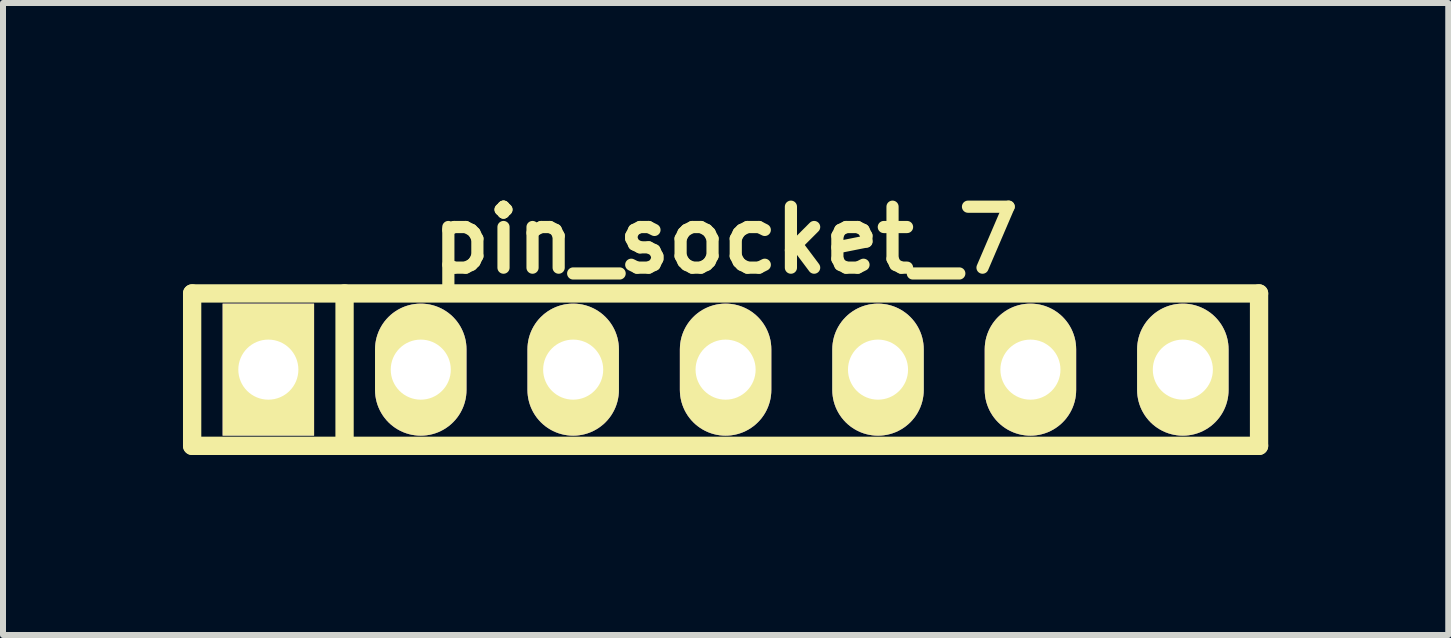
<source format=kicad_pcb>
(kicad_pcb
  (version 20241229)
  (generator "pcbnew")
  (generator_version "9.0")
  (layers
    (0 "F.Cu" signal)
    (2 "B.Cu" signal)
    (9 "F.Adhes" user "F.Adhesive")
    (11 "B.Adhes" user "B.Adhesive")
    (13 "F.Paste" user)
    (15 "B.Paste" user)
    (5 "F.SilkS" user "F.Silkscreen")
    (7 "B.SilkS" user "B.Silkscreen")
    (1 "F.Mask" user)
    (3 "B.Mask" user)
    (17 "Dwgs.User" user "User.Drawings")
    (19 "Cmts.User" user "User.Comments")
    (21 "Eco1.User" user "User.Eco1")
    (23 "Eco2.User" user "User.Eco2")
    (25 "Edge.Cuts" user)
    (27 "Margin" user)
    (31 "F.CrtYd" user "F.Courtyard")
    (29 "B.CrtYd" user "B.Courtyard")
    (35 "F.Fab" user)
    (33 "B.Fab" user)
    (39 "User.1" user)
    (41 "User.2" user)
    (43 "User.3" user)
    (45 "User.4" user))
  (footprint "pin_socket_7"
    (layer "F.Cu")
    (at 9.042 3.11)
    (property "Reference" "pin_socket_7" (at 0 -2.159 0) (layer "F.SilkS") (effects (font (size 1.016 1.016) (thickness 0.203))))
    (attr through_hole)
    (fp_line (start -8.89 1.27) (end -8.89 -1.27) (stroke (width 0.305) (type solid)) (layer "F.SilkS"))
    (fp_line (start -8.89 1.27) (end 8.89 1.27) (stroke (width 0.305) (type solid)) (layer "F.SilkS"))
    (fp_line (start -6.35 -1.27) (end -6.35 1.27) (stroke (width 0.305) (type solid)) (layer "F.SilkS"))
    (fp_line (start 8.89 -1.27) (end -8.89 -1.27) (stroke (width 0.305) (type solid)) (layer "F.SilkS"))
    (fp_line (start 8.89 -1.27) (end 8.89 1.27) (stroke (width 0.305) (type solid)) (layer "F.SilkS"))
    (pad "1" thru_hole rect (at -7.62 0) (size 1.524 2.2) (drill 1.001) (layers "*.Cu" "*.Mask" "F.SilkS"))
    (pad "2" thru_hole oval (at -5.08 0) (size 1.524 2.2) (drill 1.001) (layers "*.Cu" "*.Mask" "F.SilkS"))
    (pad "3" thru_hole oval (at -2.54 0) (size 1.524 2.2) (drill 1.001) (layers "*.Cu" "*.Mask" "F.SilkS"))
    (pad "4" thru_hole oval (at 0 0) (size 1.524 2.2) (drill 1.001) (layers "*.Cu" "*.Mask" "F.SilkS"))
    (pad "5" thru_hole oval (at 2.54 0) (size 1.524 2.2) (drill 1.001) (layers "*.Cu" "*.Mask" "F.SilkS"))
    (pad "6" thru_hole oval (at 5.08 0) (size 1.524 2.2) (drill 1.001) (layers "*.Cu" "*.Mask" "F.SilkS"))
    (pad "7" thru_hole oval (at 7.62 0) (size 1.524 2.2) (drill 1.001) (layers "*.Cu" "*.Mask" "F.SilkS")))
  (gr_rect
    (start -3 -3)
    (end 21.085 7.532)
    (stroke (width 0.1) (type default))
    (fill no)
    (layer "Edge.Cuts")))
</source>
